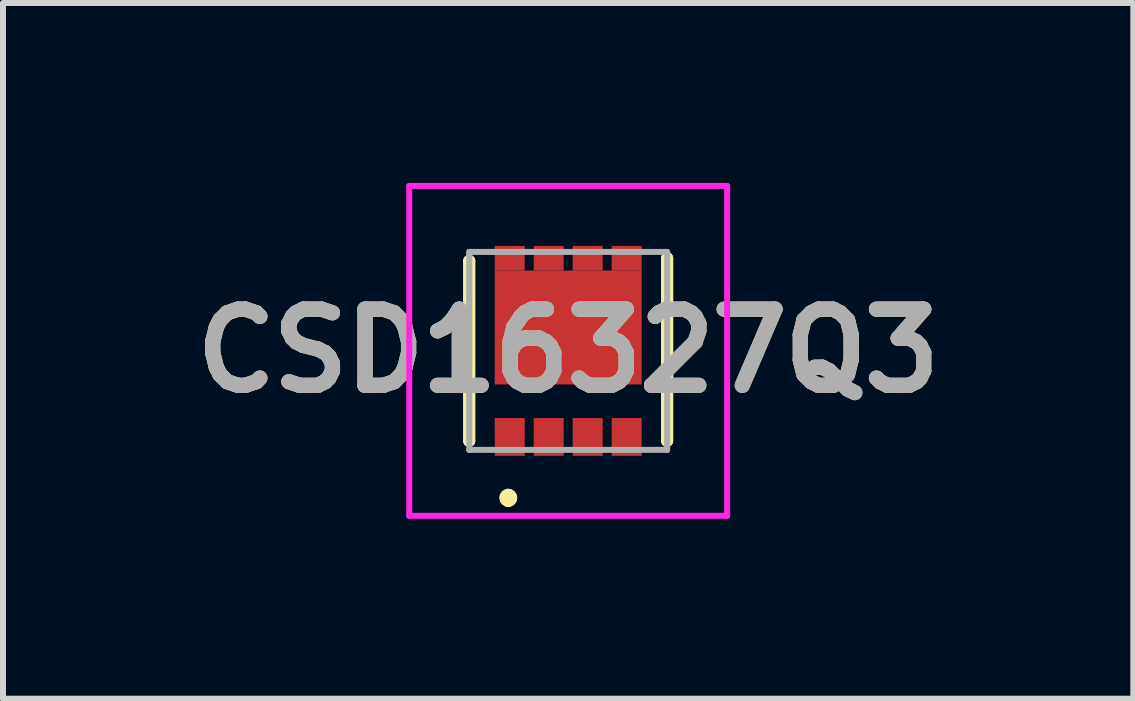
<source format=kicad_pcb>
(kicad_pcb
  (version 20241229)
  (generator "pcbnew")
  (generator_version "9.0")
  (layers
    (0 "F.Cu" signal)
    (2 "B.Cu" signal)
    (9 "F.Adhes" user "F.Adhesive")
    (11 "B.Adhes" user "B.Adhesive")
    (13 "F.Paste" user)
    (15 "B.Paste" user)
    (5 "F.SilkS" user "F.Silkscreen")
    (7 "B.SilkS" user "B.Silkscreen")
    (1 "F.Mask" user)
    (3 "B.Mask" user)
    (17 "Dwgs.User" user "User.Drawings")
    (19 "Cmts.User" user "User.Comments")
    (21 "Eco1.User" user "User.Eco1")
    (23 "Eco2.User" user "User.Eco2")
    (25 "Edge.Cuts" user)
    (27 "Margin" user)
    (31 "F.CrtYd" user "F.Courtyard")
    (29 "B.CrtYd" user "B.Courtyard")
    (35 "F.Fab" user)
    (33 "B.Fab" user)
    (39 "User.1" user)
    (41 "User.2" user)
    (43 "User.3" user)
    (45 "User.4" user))
  (footprint "CSD16327Q3"
    (layer "F.Cu")
    (at 6.423 2.8)
    (property "Reference" "CSD16327Q3" (at 0 0 0) (layer "F.SilkS") (effects (font (size 1.27 1.27) (thickness 0.254))))
    (attr smd)
    (fp_line (start -1.65 -1.5) (end -1.65 -1.5) (stroke (width 0.2) (type solid)) (layer "F.SilkS"))
    (fp_line (start -1.65 -1.5) (end -1.65 1.5) (stroke (width 0.2) (type solid)) (layer "F.SilkS"))
    (fp_line (start -1.65 1.5) (end -1.65 -1.5) (stroke (width 0.2) (type solid)) (layer "F.SilkS"))
    (fp_line (start -1.65 1.5) (end -1.65 1.5) (stroke (width 0.2) (type solid)) (layer "F.SilkS"))
    (fp_line (start -1 2.4) (end -1 2.4) (stroke (width 0.2) (type solid)) (layer "F.SilkS"))
    (fp_line (start -1 2.5) (end -1 2.5) (stroke (width 0.2) (type solid)) (layer "F.SilkS"))
    (fp_line (start -1 2.5) (end -1 2.5) (stroke (width 0.2) (type solid)) (layer "F.SilkS"))
    (fp_line (start 1.65 -1.545) (end 1.65 -1.545) (stroke (width 0.2) (type solid)) (layer "F.SilkS"))
    (fp_line (start 1.65 -1.545) (end 1.65 1.5) (stroke (width 0.2) (type solid)) (layer "F.SilkS"))
    (fp_line (start 1.65 1.5) (end 1.65 -1.545) (stroke (width 0.2) (type solid)) (layer "F.SilkS"))
    (fp_line (start 1.65 1.5) (end 1.65 1.5) (stroke (width 0.2) (type solid)) (layer "F.SilkS"))
    (fp_arc (start -1 2.4) (mid -0.95 2.45) (end -1 2.5) (stroke (width 0.2) (type solid)) (layer "F.SilkS"))
    (fp_arc (start -1 2.4) (mid -0.95 2.45) (end -1 2.5) (stroke (width 0.2) (type solid)) (layer "F.SilkS"))
    (fp_arc (start -1 2.5) (mid -1.05 2.45) (end -1 2.4) (stroke (width 0.2) (type solid)) (layer "F.SilkS"))
    (fp_line (start -2.65 -2.75) (end 2.65 -2.75) (stroke (width 0.1) (type solid)) (layer "F.CrtYd"))
    (fp_line (start -2.65 2.75) (end -2.65 -2.75) (stroke (width 0.1) (type solid)) (layer "F.CrtYd"))
    (fp_line (start 2.65 -2.75) (end 2.65 2.75) (stroke (width 0.1) (type solid)) (layer "F.CrtYd"))
    (fp_line (start 2.65 2.75) (end -2.65 2.75) (stroke (width 0.1) (type solid)) (layer "F.CrtYd"))
    (fp_line (start -1.65 -1.65) (end -1.65 1.65) (stroke (width 0.1) (type solid)) (layer "F.Fab"))
    (fp_line (start -1.65 1.65) (end 1.65 1.65) (stroke (width 0.1) (type solid)) (layer "F.Fab"))
    (fp_line (start 1.65 -1.65) (end -1.65 -1.65) (stroke (width 0.1) (type solid)) (layer "F.Fab"))
    (fp_line (start 1.65 1.65) (end 1.65 -1.65) (stroke (width 0.1) (type solid)) (layer "F.Fab"))
    (fp_text user "${REFERENCE}" (at 0 0 0) (layer "F.Fab") (effects (font (size 1.27 1.27) (thickness 0.254))))
    (pad "1" smd rect (at -0.975 1.435) (size 0.5 0.63) (layers "F.Cu" "F.Mask" "F.Paste"))
    (pad "2" smd rect (at -0.325 1.435) (size 0.5 0.63) (layers "F.Cu" "F.Mask" "F.Paste"))
    (pad "3" smd rect (at 0.325 1.435) (size 0.5 0.63) (layers "F.Cu" "F.Mask" "F.Paste"))
    (pad "4" smd rect (at 0.975 1.435) (size 0.5 0.63) (layers "F.Cu" "F.Mask" "F.Paste"))
    (pad "5" smd rect (at 0.975 -1.545 90) (size 0.41 0.5) (layers "F.Cu" "F.Mask" "F.Paste"))
    (pad "6" smd rect (at 0.325 -1.545 90) (size 0.41 0.5) (layers "F.Cu" "F.Mask" "F.Paste"))
    (pad "7" smd rect (at -0.325 -1.545 90) (size 0.41 0.5) (layers "F.Cu" "F.Mask" "F.Paste"))
    (pad "8" smd rect (at -0.975 -1.545 90) (size 0.41 0.5) (layers "F.Cu" "F.Mask" "F.Paste"))
    (pad "9" smd rect (at 0 -0.39 90) (size 1.9 2.45) (layers "F.Cu" "F.Mask" "F.Paste")))
  (gr_rect
    (start -3 -3)
    (end 15.845 8.6)
    (stroke (width 0.1) (type default))
    (fill no)
    (layer "Edge.Cuts")))
</source>
